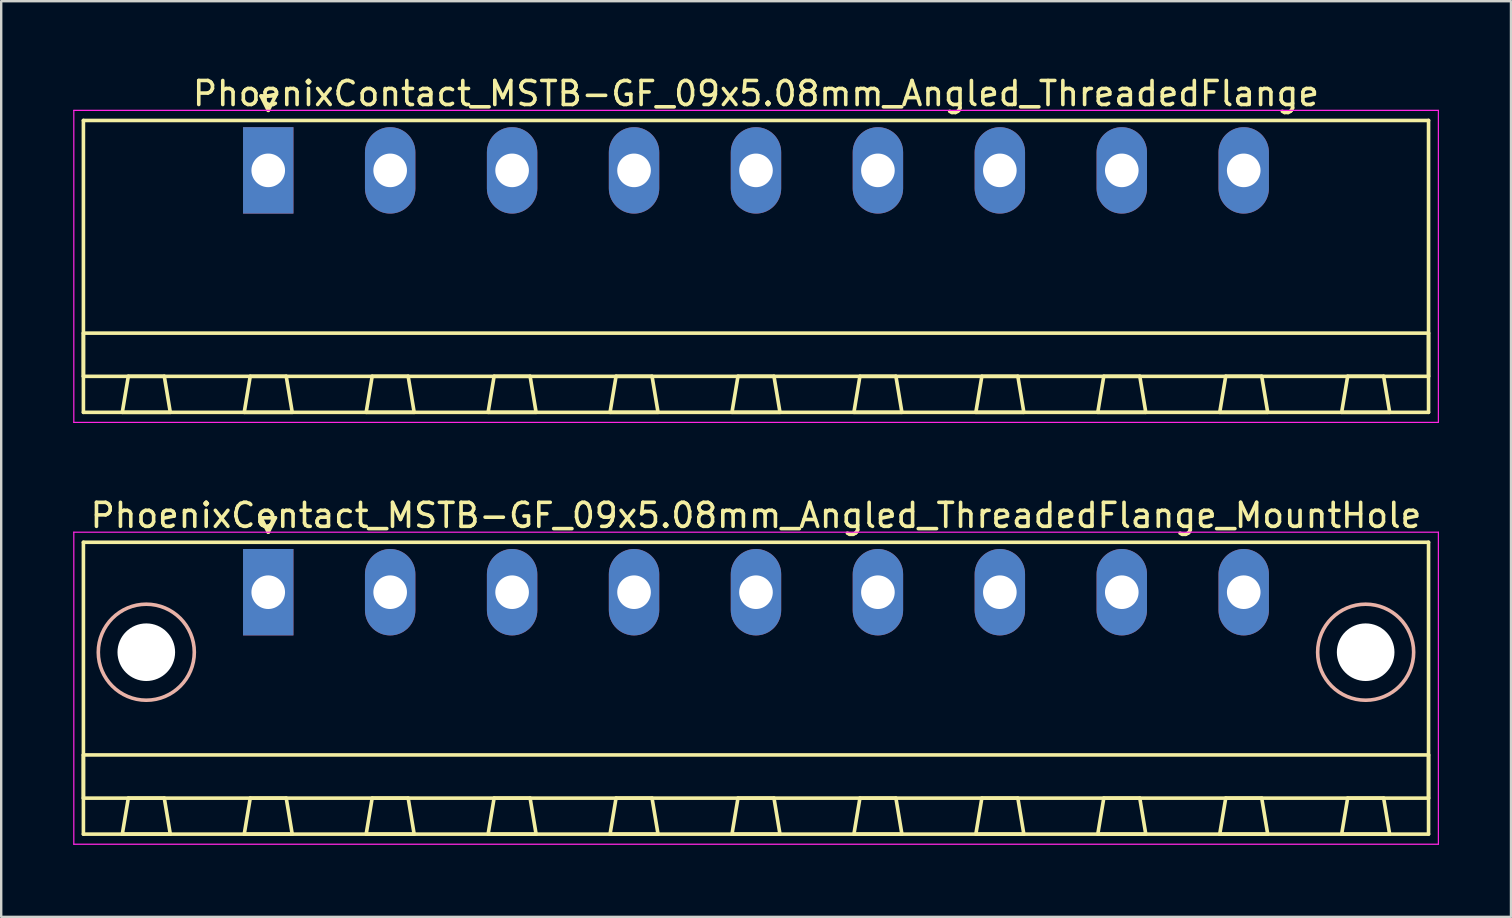
<source format=kicad_pcb>
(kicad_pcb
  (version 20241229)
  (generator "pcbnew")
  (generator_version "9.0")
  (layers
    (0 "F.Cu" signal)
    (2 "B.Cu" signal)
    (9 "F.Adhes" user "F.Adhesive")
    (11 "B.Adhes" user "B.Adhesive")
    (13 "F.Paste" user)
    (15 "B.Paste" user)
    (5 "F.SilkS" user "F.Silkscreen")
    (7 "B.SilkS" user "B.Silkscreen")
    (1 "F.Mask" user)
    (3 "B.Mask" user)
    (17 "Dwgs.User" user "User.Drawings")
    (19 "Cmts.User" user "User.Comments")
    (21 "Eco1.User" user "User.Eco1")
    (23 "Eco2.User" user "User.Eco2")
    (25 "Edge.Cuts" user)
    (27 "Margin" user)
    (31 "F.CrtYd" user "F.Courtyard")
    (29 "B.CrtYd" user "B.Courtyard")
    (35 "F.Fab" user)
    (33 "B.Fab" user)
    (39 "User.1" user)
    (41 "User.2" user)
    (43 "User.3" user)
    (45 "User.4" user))
  (footprint "PhoenixContact_MSTB-GF_09x5.08mm_Angled_ThreadedFlange_MountHole"
    (layer "F.Cu")
    (at 8.125 21.622)
    (property "Reference" "PhoenixContact_MSTB-GF_09x5.08mm_Angled_ThreadedFlange_MountHole" (at 20.32 -3.2 0) (layer "F.SilkS") (effects (font (size 1 1) (thickness 0.15))))
    (attr through_hole)
    (fp_line (start -7.7 -2.08) (end -7.7 10.08) (stroke (width 0.15) (type solid)) (layer "F.SilkS"))
    (fp_line (start -7.7 6.78) (end 48.34 6.78) (stroke (width 0.15) (type solid)) (layer "F.SilkS"))
    (fp_line (start -7.7 8.58) (end -7.7 6.78) (stroke (width 0.15) (type solid)) (layer "F.SilkS"))
    (fp_line (start -7.7 10.08) (end 48.34 10.08) (stroke (width 0.15) (type solid)) (layer "F.SilkS"))
    (fp_line (start -6.08 10.08) (end -4.08 10.08) (stroke (width 0.15) (type solid)) (layer "F.SilkS"))
    (fp_line (start -5.83 8.58) (end -6.08 10.08) (stroke (width 0.15) (type solid)) (layer "F.SilkS"))
    (fp_line (start -4.33 8.58) (end -5.83 8.58) (stroke (width 0.15) (type solid)) (layer "F.SilkS"))
    (fp_line (start -4.08 10.08) (end -4.33 8.58) (stroke (width 0.15) (type solid)) (layer "F.SilkS"))
    (fp_line (start -1 10.08) (end 1 10.08) (stroke (width 0.15) (type solid)) (layer "F.SilkS"))
    (fp_line (start -0.75 8.58) (end -1 10.08) (stroke (width 0.15) (type solid)) (layer "F.SilkS"))
    (fp_line (start -0.3 -3.1) (end 0 -2.5) (stroke (width 0.15) (type solid)) (layer "F.SilkS"))
    (fp_line (start 0 -2.5) (end 0.3 -3.1) (stroke (width 0.15) (type solid)) (layer "F.SilkS"))
    (fp_line (start 0.3 -3.1) (end -0.3 -3.1) (stroke (width 0.15) (type solid)) (layer "F.SilkS"))
    (fp_line (start 0.75 8.58) (end -0.75 8.58) (stroke (width 0.15) (type solid)) (layer "F.SilkS"))
    (fp_line (start 1 10.08) (end 0.75 8.58) (stroke (width 0.15) (type solid)) (layer "F.SilkS"))
    (fp_line (start 4.08 10.08) (end 6.08 10.08) (stroke (width 0.15) (type solid)) (layer "F.SilkS"))
    (fp_line (start 4.33 8.58) (end 4.08 10.08) (stroke (width 0.15) (type solid)) (layer "F.SilkS"))
    (fp_line (start 5.83 8.58) (end 4.33 8.58) (stroke (width 0.15) (type solid)) (layer "F.SilkS"))
    (fp_line (start 6.08 10.08) (end 5.83 8.58) (stroke (width 0.15) (type solid)) (layer "F.SilkS"))
    (fp_line (start 9.16 10.08) (end 11.16 10.08) (stroke (width 0.15) (type solid)) (layer "F.SilkS"))
    (fp_line (start 9.41 8.58) (end 9.16 10.08) (stroke (width 0.15) (type solid)) (layer "F.SilkS"))
    (fp_line (start 10.91 8.58) (end 9.41 8.58) (stroke (width 0.15) (type solid)) (layer "F.SilkS"))
    (fp_line (start 11.16 10.08) (end 10.91 8.58) (stroke (width 0.15) (type solid)) (layer "F.SilkS"))
    (fp_line (start 14.24 10.08) (end 16.24 10.08) (stroke (width 0.15) (type solid)) (layer "F.SilkS"))
    (fp_line (start 14.49 8.58) (end 14.24 10.08) (stroke (width 0.15) (type solid)) (layer "F.SilkS"))
    (fp_line (start 15.99 8.58) (end 14.49 8.58) (stroke (width 0.15) (type solid)) (layer "F.SilkS"))
    (fp_line (start 16.24 10.08) (end 15.99 8.58) (stroke (width 0.15) (type solid)) (layer "F.SilkS"))
    (fp_line (start 19.32 10.08) (end 21.32 10.08) (stroke (width 0.15) (type solid)) (layer "F.SilkS"))
    (fp_line (start 19.57 8.58) (end 19.32 10.08) (stroke (width 0.15) (type solid)) (layer "F.SilkS"))
    (fp_line (start 21.07 8.58) (end 19.57 8.58) (stroke (width 0.15) (type solid)) (layer "F.SilkS"))
    (fp_line (start 21.32 10.08) (end 21.07 8.58) (stroke (width 0.15) (type solid)) (layer "F.SilkS"))
    (fp_line (start 24.4 10.08) (end 26.4 10.08) (stroke (width 0.15) (type solid)) (layer "F.SilkS"))
    (fp_line (start 24.65 8.58) (end 24.4 10.08) (stroke (width 0.15) (type solid)) (layer "F.SilkS"))
    (fp_line (start 26.15 8.58) (end 24.65 8.58) (stroke (width 0.15) (type solid)) (layer "F.SilkS"))
    (fp_line (start 26.4 10.08) (end 26.15 8.58) (stroke (width 0.15) (type solid)) (layer "F.SilkS"))
    (fp_line (start 29.48 10.08) (end 31.48 10.08) (stroke (width 0.15) (type solid)) (layer "F.SilkS"))
    (fp_line (start 29.73 8.58) (end 29.48 10.08) (stroke (width 0.15) (type solid)) (layer "F.SilkS"))
    (fp_line (start 31.23 8.58) (end 29.73 8.58) (stroke (width 0.15) (type solid)) (layer "F.SilkS"))
    (fp_line (start 31.48 10.08) (end 31.23 8.58) (stroke (width 0.15) (type solid)) (layer "F.SilkS"))
    (fp_line (start 34.56 10.08) (end 36.56 10.08) (stroke (width 0.15) (type solid)) (layer "F.SilkS"))
    (fp_line (start 34.81 8.58) (end 34.56 10.08) (stroke (width 0.15) (type solid)) (layer "F.SilkS"))
    (fp_line (start 36.31 8.58) (end 34.81 8.58) (stroke (width 0.15) (type solid)) (layer "F.SilkS"))
    (fp_line (start 36.56 10.08) (end 36.31 8.58) (stroke (width 0.15) (type solid)) (layer "F.SilkS"))
    (fp_line (start 39.64 10.08) (end 41.64 10.08) (stroke (width 0.15) (type solid)) (layer "F.SilkS"))
    (fp_line (start 39.89 8.58) (end 39.64 10.08) (stroke (width 0.15) (type solid)) (layer "F.SilkS"))
    (fp_line (start 41.39 8.58) (end 39.89 8.58) (stroke (width 0.15) (type solid)) (layer "F.SilkS"))
    (fp_line (start 41.64 10.08) (end 41.39 8.58) (stroke (width 0.15) (type solid)) (layer "F.SilkS"))
    (fp_line (start 44.72 10.08) (end 46.72 10.08) (stroke (width 0.15) (type solid)) (layer "F.SilkS"))
    (fp_line (start 44.97 8.58) (end 44.72 10.08) (stroke (width 0.15) (type solid)) (layer "F.SilkS"))
    (fp_line (start 46.47 8.58) (end 44.97 8.58) (stroke (width 0.15) (type solid)) (layer "F.SilkS"))
    (fp_line (start 46.72 10.08) (end 46.47 8.58) (stroke (width 0.15) (type solid)) (layer "F.SilkS"))
    (fp_line (start 48.34 -2.08) (end -7.7 -2.08) (stroke (width 0.15) (type solid)) (layer "F.SilkS"))
    (fp_line (start 48.34 6.78) (end 48.34 8.58) (stroke (width 0.15) (type solid)) (layer "F.SilkS"))
    (fp_line (start 48.34 8.58) (end -7.7 8.58) (stroke (width 0.15) (type solid)) (layer "F.SilkS"))
    (fp_line (start 48.34 10.08) (end 48.34 -2.08) (stroke (width 0.15) (type solid)) (layer "F.SilkS"))
    (fp_circle (center -5.08 2.5) (end -3.08 2.5) (stroke (width 0.15) (type solid)) (fill no) (layer "B.SilkS"))
    (fp_circle (center 45.72 2.5) (end 47.72 2.5) (stroke (width 0.15) (type solid)) (fill no) (layer "B.SilkS"))
    (fp_line (start -8.1 -2.5) (end -8.1 10.5) (stroke (width 0.05) (type solid)) (layer "F.CrtYd"))
    (fp_line (start -8.1 10.5) (end 48.75 10.5) (stroke (width 0.05) (type solid)) (layer "F.CrtYd"))
    (fp_line (start 48.75 -2.5) (end -8.1 -2.5) (stroke (width 0.05) (type solid)) (layer "F.CrtYd"))
    (fp_line (start 48.75 10.5) (end 48.75 -2.5) (stroke (width 0.05) (type solid)) (layer "F.CrtYd"))
    (pad "" np_thru_hole circle (at -5.08 2.5) (size 2.4 2.4) (drill 2.4) (layers "*.Cu" "*.Mask"))
    (pad "" np_thru_hole circle (at 45.72 2.5) (size 2.4 2.4) (drill 2.4) (layers "*.Cu" "*.Mask"))
    (pad "1" thru_hole rect (at 0 0) (size 2.1 3.6) (drill 1.4) (layers "*.Cu" "*.Mask"))
    (pad "2" thru_hole oval (at 5.08 0) (size 2.1 3.6) (drill 1.4) (layers "*.Cu" "*.Mask"))
    (pad "3" thru_hole oval (at 10.16 0) (size 2.1 3.6) (drill 1.4) (layers "*.Cu" "*.Mask"))
    (pad "4" thru_hole oval (at 15.24 0) (size 2.1 3.6) (drill 1.4) (layers "*.Cu" "*.Mask"))
    (pad "5" thru_hole oval (at 20.32 0) (size 2.1 3.6) (drill 1.4) (layers "*.Cu" "*.Mask"))
    (pad "6" thru_hole oval (at 25.4 0) (size 2.1 3.6) (drill 1.4) (layers "*.Cu" "*.Mask"))
    (pad "7" thru_hole oval (at 30.48 0) (size 2.1 3.6) (drill 1.4) (layers "*.Cu" "*.Mask"))
    (pad "8" thru_hole oval (at 35.56 0) (size 2.1 3.6) (drill 1.4) (layers "*.Cu" "*.Mask"))
    (pad "9" thru_hole oval (at 40.64 0) (size 2.1 3.6) (drill 1.4) (layers "*.Cu" "*.Mask")))
  (footprint "PhoenixContact_MSTB-GF_09x5.08mm_Angled_ThreadedFlange"
    (layer "F.Cu")
    (at 8.125 4.048)
    (property "Reference" "PhoenixContact_MSTB-GF_09x5.08mm_Angled_ThreadedFlange" (at 20.32 -3.2 0) (layer "F.SilkS") (effects (font (size 1 1) (thickness 0.15))))
    (attr through_hole)
    (fp_line (start -7.7 -2.08) (end -7.7 10.08) (stroke (width 0.15) (type solid)) (layer "F.SilkS"))
    (fp_line (start -7.7 6.78) (end 48.34 6.78) (stroke (width 0.15) (type solid)) (layer "F.SilkS"))
    (fp_line (start -7.7 8.58) (end -7.7 6.78) (stroke (width 0.15) (type solid)) (layer "F.SilkS"))
    (fp_line (start -7.7 10.08) (end 48.34 10.08) (stroke (width 0.15) (type solid)) (layer "F.SilkS"))
    (fp_line (start -6.08 10.08) (end -4.08 10.08) (stroke (width 0.15) (type solid)) (layer "F.SilkS"))
    (fp_line (start -5.83 8.58) (end -6.08 10.08) (stroke (width 0.15) (type solid)) (layer "F.SilkS"))
    (fp_line (start -4.33 8.58) (end -5.83 8.58) (stroke (width 0.15) (type solid)) (layer "F.SilkS"))
    (fp_line (start -4.08 10.08) (end -4.33 8.58) (stroke (width 0.15) (type solid)) (layer "F.SilkS"))
    (fp_line (start -1 10.08) (end 1 10.08) (stroke (width 0.15) (type solid)) (layer "F.SilkS"))
    (fp_line (start -0.75 8.58) (end -1 10.08) (stroke (width 0.15) (type solid)) (layer "F.SilkS"))
    (fp_line (start -0.3 -3.1) (end 0 -2.5) (stroke (width 0.15) (type solid)) (layer "F.SilkS"))
    (fp_line (start 0 -2.5) (end 0.3 -3.1) (stroke (width 0.15) (type solid)) (layer "F.SilkS"))
    (fp_line (start 0.3 -3.1) (end -0.3 -3.1) (stroke (width 0.15) (type solid)) (layer "F.SilkS"))
    (fp_line (start 0.75 8.58) (end -0.75 8.58) (stroke (width 0.15) (type solid)) (layer "F.SilkS"))
    (fp_line (start 1 10.08) (end 0.75 8.58) (stroke (width 0.15) (type solid)) (layer "F.SilkS"))
    (fp_line (start 4.08 10.08) (end 6.08 10.08) (stroke (width 0.15) (type solid)) (layer "F.SilkS"))
    (fp_line (start 4.33 8.58) (end 4.08 10.08) (stroke (width 0.15) (type solid)) (layer "F.SilkS"))
    (fp_line (start 5.83 8.58) (end 4.33 8.58) (stroke (width 0.15) (type solid)) (layer "F.SilkS"))
    (fp_line (start 6.08 10.08) (end 5.83 8.58) (stroke (width 0.15) (type solid)) (layer "F.SilkS"))
    (fp_line (start 9.16 10.08) (end 11.16 10.08) (stroke (width 0.15) (type solid)) (layer "F.SilkS"))
    (fp_line (start 9.41 8.58) (end 9.16 10.08) (stroke (width 0.15) (type solid)) (layer "F.SilkS"))
    (fp_line (start 10.91 8.58) (end 9.41 8.58) (stroke (width 0.15) (type solid)) (layer "F.SilkS"))
    (fp_line (start 11.16 10.08) (end 10.91 8.58) (stroke (width 0.15) (type solid)) (layer "F.SilkS"))
    (fp_line (start 14.24 10.08) (end 16.24 10.08) (stroke (width 0.15) (type solid)) (layer "F.SilkS"))
    (fp_line (start 14.49 8.58) (end 14.24 10.08) (stroke (width 0.15) (type solid)) (layer "F.SilkS"))
    (fp_line (start 15.99 8.58) (end 14.49 8.58) (stroke (width 0.15) (type solid)) (layer "F.SilkS"))
    (fp_line (start 16.24 10.08) (end 15.99 8.58) (stroke (width 0.15) (type solid)) (layer "F.SilkS"))
    (fp_line (start 19.32 10.08) (end 21.32 10.08) (stroke (width 0.15) (type solid)) (layer "F.SilkS"))
    (fp_line (start 19.57 8.58) (end 19.32 10.08) (stroke (width 0.15) (type solid)) (layer "F.SilkS"))
    (fp_line (start 21.07 8.58) (end 19.57 8.58) (stroke (width 0.15) (type solid)) (layer "F.SilkS"))
    (fp_line (start 21.32 10.08) (end 21.07 8.58) (stroke (width 0.15) (type solid)) (layer "F.SilkS"))
    (fp_line (start 24.4 10.08) (end 26.4 10.08) (stroke (width 0.15) (type solid)) (layer "F.SilkS"))
    (fp_line (start 24.65 8.58) (end 24.4 10.08) (stroke (width 0.15) (type solid)) (layer "F.SilkS"))
    (fp_line (start 26.15 8.58) (end 24.65 8.58) (stroke (width 0.15) (type solid)) (layer "F.SilkS"))
    (fp_line (start 26.4 10.08) (end 26.15 8.58) (stroke (width 0.15) (type solid)) (layer "F.SilkS"))
    (fp_line (start 29.48 10.08) (end 31.48 10.08) (stroke (width 0.15) (type solid)) (layer "F.SilkS"))
    (fp_line (start 29.73 8.58) (end 29.48 10.08) (stroke (width 0.15) (type solid)) (layer "F.SilkS"))
    (fp_line (start 31.23 8.58) (end 29.73 8.58) (stroke (width 0.15) (type solid)) (layer "F.SilkS"))
    (fp_line (start 31.48 10.08) (end 31.23 8.58) (stroke (width 0.15) (type solid)) (layer "F.SilkS"))
    (fp_line (start 34.56 10.08) (end 36.56 10.08) (stroke (width 0.15) (type solid)) (layer "F.SilkS"))
    (fp_line (start 34.81 8.58) (end 34.56 10.08) (stroke (width 0.15) (type solid)) (layer "F.SilkS"))
    (fp_line (start 36.31 8.58) (end 34.81 8.58) (stroke (width 0.15) (type solid)) (layer "F.SilkS"))
    (fp_line (start 36.56 10.08) (end 36.31 8.58) (stroke (width 0.15) (type solid)) (layer "F.SilkS"))
    (fp_line (start 39.64 10.08) (end 41.64 10.08) (stroke (width 0.15) (type solid)) (layer "F.SilkS"))
    (fp_line (start 39.89 8.58) (end 39.64 10.08) (stroke (width 0.15) (type solid)) (layer "F.SilkS"))
    (fp_line (start 41.39 8.58) (end 39.89 8.58) (stroke (width 0.15) (type solid)) (layer "F.SilkS"))
    (fp_line (start 41.64 10.08) (end 41.39 8.58) (stroke (width 0.15) (type solid)) (layer "F.SilkS"))
    (fp_line (start 44.72 10.08) (end 46.72 10.08) (stroke (width 0.15) (type solid)) (layer "F.SilkS"))
    (fp_line (start 44.97 8.58) (end 44.72 10.08) (stroke (width 0.15) (type solid)) (layer "F.SilkS"))
    (fp_line (start 46.47 8.58) (end 44.97 8.58) (stroke (width 0.15) (type solid)) (layer "F.SilkS"))
    (fp_line (start 46.72 10.08) (end 46.47 8.58) (stroke (width 0.15) (type solid)) (layer "F.SilkS"))
    (fp_line (start 48.34 -2.08) (end -7.7 -2.08) (stroke (width 0.15) (type solid)) (layer "F.SilkS"))
    (fp_line (start 48.34 6.78) (end 48.34 8.58) (stroke (width 0.15) (type solid)) (layer "F.SilkS"))
    (fp_line (start 48.34 8.58) (end -7.7 8.58) (stroke (width 0.15) (type solid)) (layer "F.SilkS"))
    (fp_line (start 48.34 10.08) (end 48.34 -2.08) (stroke (width 0.15) (type solid)) (layer "F.SilkS"))
    (fp_line (start -8.1 -2.5) (end -8.1 10.5) (stroke (width 0.05) (type solid)) (layer "F.CrtYd"))
    (fp_line (start -8.1 10.5) (end 48.75 10.5) (stroke (width 0.05) (type solid)) (layer "F.CrtYd"))
    (fp_line (start 48.75 -2.5) (end -8.1 -2.5) (stroke (width 0.05) (type solid)) (layer "F.CrtYd"))
    (fp_line (start 48.75 10.5) (end 48.75 -2.5) (stroke (width 0.05) (type solid)) (layer "F.CrtYd"))
    (pad "1" thru_hole rect (at 0 0) (size 2.1 3.6) (drill 1.4) (layers "*.Cu" "*.Mask"))
    (pad "2" thru_hole oval (at 5.08 0) (size 2.1 3.6) (drill 1.4) (layers "*.Cu" "*.Mask"))
    (pad "3" thru_hole oval (at 10.16 0) (size 2.1 3.6) (drill 1.4) (layers "*.Cu" "*.Mask"))
    (pad "4" thru_hole oval (at 15.24 0) (size 2.1 3.6) (drill 1.4) (layers "*.Cu" "*.Mask"))
    (pad "5" thru_hole oval (at 20.32 0) (size 2.1 3.6) (drill 1.4) (layers "*.Cu" "*.Mask"))
    (pad "6" thru_hole oval (at 25.4 0) (size 2.1 3.6) (drill 1.4) (layers "*.Cu" "*.Mask"))
    (pad "7" thru_hole oval (at 30.48 0) (size 2.1 3.6) (drill 1.4) (layers "*.Cu" "*.Mask"))
    (pad "8" thru_hole oval (at 35.56 0) (size 2.1 3.6) (drill 1.4) (layers "*.Cu" "*.Mask"))
    (pad "9" thru_hole oval (at 40.64 0) (size 2.1 3.6) (drill 1.4) (layers "*.Cu" "*.Mask")))
  (gr_rect
    (start -3 -3)
    (end 59.9 35.147)
    (stroke (width 0.1) (type default))
    (fill no)
    (layer "Edge.Cuts")))
</source>
